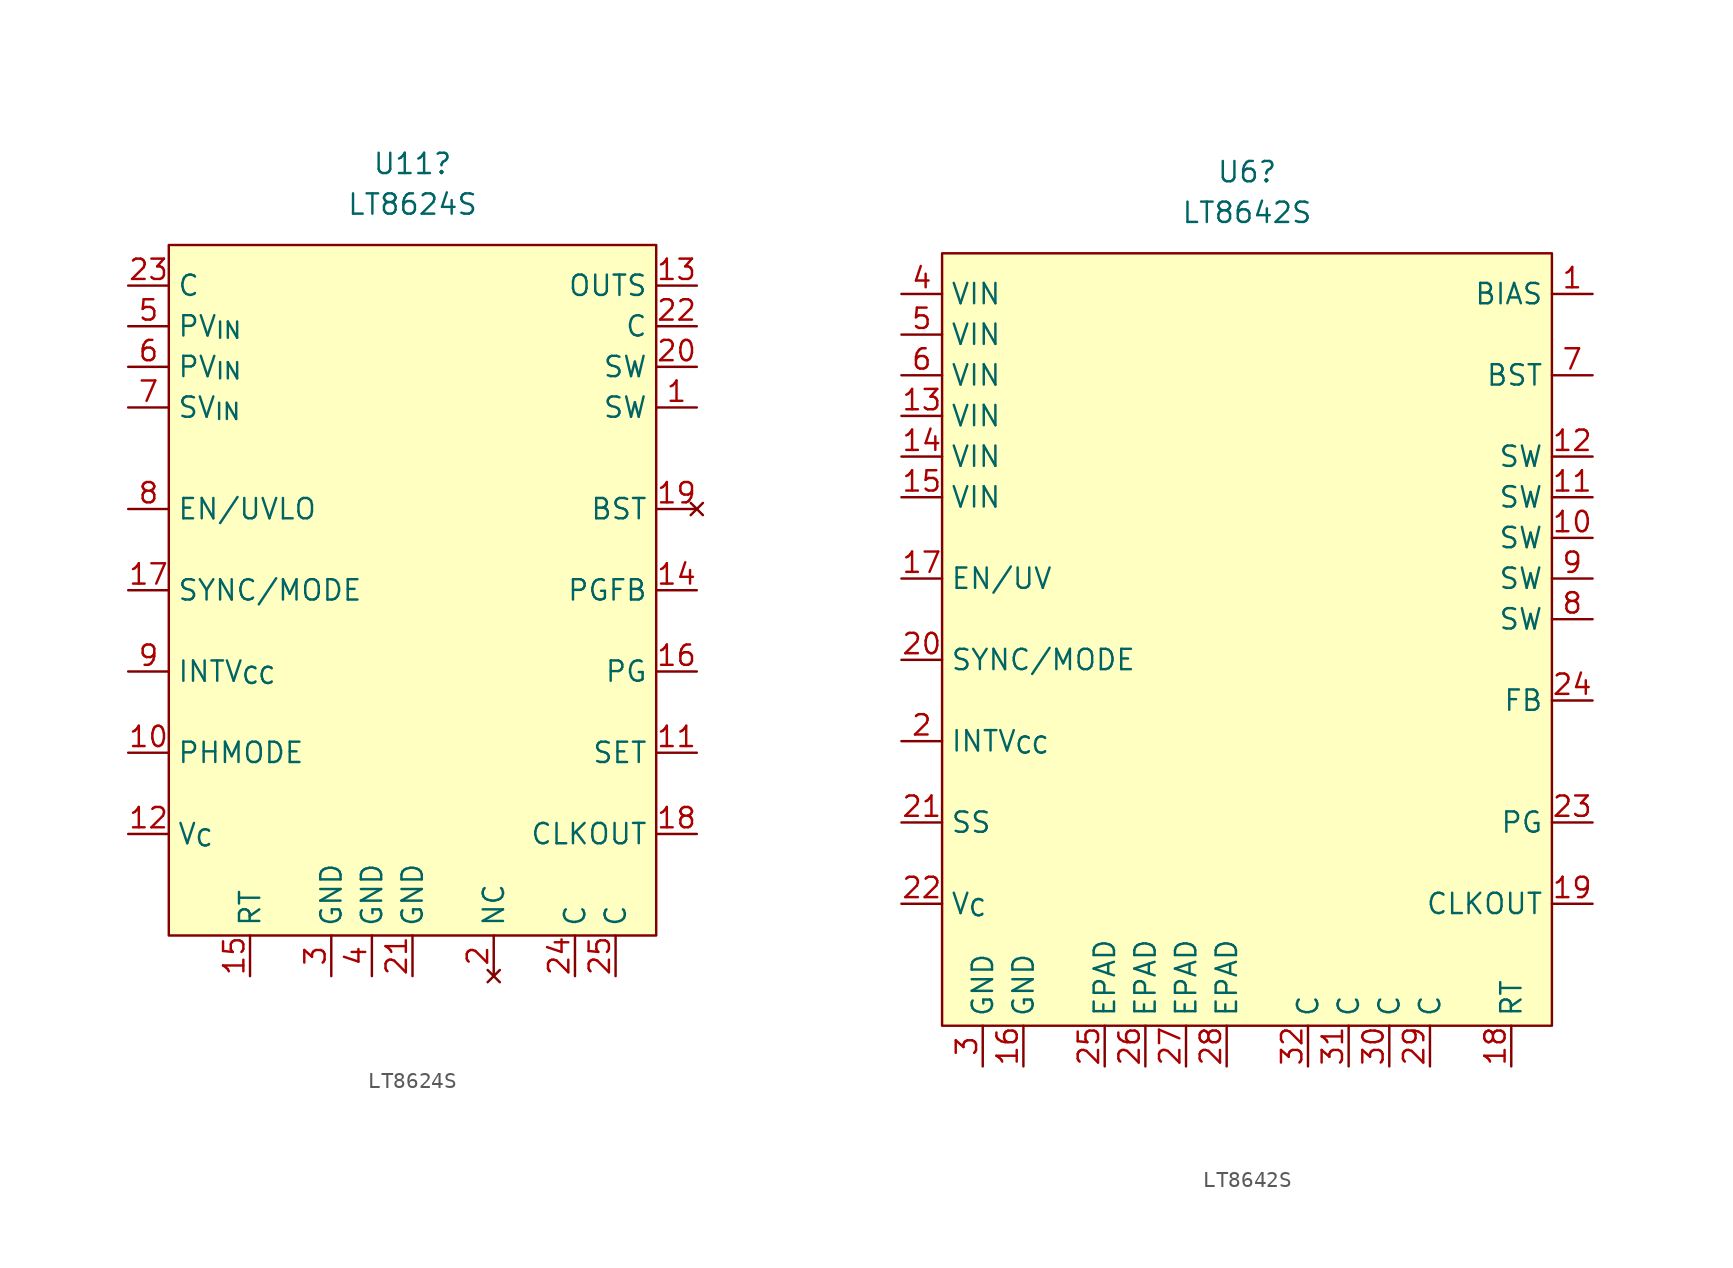
<source format=kicad_sym>
(kicad_symbol_lib
  (version 20241209)
  (generator "kicad_symbol_editor")
  (generator_version "9.0")
  (symbol "LT8624S"
    (property "Reference" "U11"
      (at 0 26.67 0)
      (effects (font (size 1.27 1.27))))
    (property "Value" "LT8624S"
      (at 0 24.13 0)
      (effects (font (size 1.27 1.27))))
    (symbol "LT8624S_1_1"
      (rectangle (start -15.24 21.59) (end 15.24 -21.59) (stroke (width 0) (type default)) (fill (type background)))
      (pin free line (at -17.78 19.05 0) (length 2.54) (name "C" (effects (font (size 1.27 1.27)))) (number "23" (effects (font (size 1.27 1.27)))))
      (pin power_in line (at -17.78 16.51 0) (length 2.54) (name "PV_{IN}" (effects (font (size 1.27 1.27)))) (number "5" (effects (font (size 1.27 1.27)))))
      (pin power_in line (at -17.78 13.97 0) (length 2.54) (name "PV_{IN}" (effects (font (size 1.27 1.27)))) (number "6" (effects (font (size 1.27 1.27)))))
      (pin power_in line (at -17.78 11.43 0) (length 2.54) (name "SV_{IN}" (effects (font (size 1.27 1.27)))) (number "7" (effects (font (size 1.27 1.27)))))
      (pin input line (at -17.78 5.08 0) (length 2.54) (name "EN/UVLO" (effects (font (size 1.27 1.27)))) (number "8" (effects (font (size 1.27 1.27)))))
      (pin input line (at -17.78 0 0) (length 2.54) (name "SYNC/MODE" (effects (font (size 1.27 1.27)))) (number "17" (effects (font (size 1.27 1.27)))))
      (pin passive line (at -17.78 -5.08 0) (length 2.54) (name "INTV_{CC}" (effects (font (size 1.27 1.27)))) (number "9" (effects (font (size 1.27 1.27)))))
      (pin input line (at -17.78 -10.16 0) (length 2.54) (name "PHMODE" (effects (font (size 1.27 1.27)))) (number "10" (effects (font (size 1.27 1.27)))))
      (pin output line (at -17.78 -15.24 0) (length 2.54) (name "V_{C}" (effects (font (size 1.27 1.27)))) (number "12" (effects (font (size 1.27 1.27)))))
      (pin output line (at -10.16 -24.13 90) (length 2.54) (name "RT" (effects (font (size 1.27 1.27)))) (number "15" (effects (font (size 1.27 1.27)))))
      (pin power_in line (at -5.08 -24.13 90) (length 2.54) (name "GND" (effects (font (size 1.27 1.27)))) (number "3" (effects (font (size 1.27 1.27)))))
      (pin power_in line (at -2.54 -24.13 90) (length 2.54) (name "GND" (effects (font (size 1.27 1.27)))) (number "4" (effects (font (size 1.27 1.27)))))
      (pin power_in line (at 0 -24.13 90) (length 2.54) (name "GND" (effects (font (size 1.27 1.27)))) (number "21" (effects (font (size 1.27 1.27)))))
      (pin no_connect line (at 5.08 -24.13 90) (length 2.54) (name "NC" (effects (font (size 1.27 1.27)))) (number "2" (effects (font (size 1.27 1.27)))))
      (pin free line (at 10.16 -24.13 90) (length 2.54) (name "C" (effects (font (size 1.27 1.27)))) (number "24" (effects (font (size 1.27 1.27)))))
      (pin free line (at 12.7 -24.13 90) (length 2.54) (name "C" (effects (font (size 1.27 1.27)))) (number "25" (effects (font (size 1.27 1.27)))))
      (pin input line (at 17.78 19.05 180) (length 2.54) (name "OUTS" (effects (font (size 1.27 1.27)))) (number "13" (effects (font (size 1.27 1.27)))))
      (pin free line (at 17.78 16.51 180) (length 2.54) (name "C" (effects (font (size 1.27 1.27)))) (number "22" (effects (font (size 1.27 1.27)))))
      (pin power_out line (at 17.78 13.97 180) (length 2.54) (name "SW" (effects (font (size 1.27 1.27)))) (number "20" (effects (font (size 1.27 1.27)))))
      (pin power_out line (at 17.78 11.43 180) (length 2.54) (name "SW" (effects (font (size 1.27 1.27)))) (number "1" (effects (font (size 1.27 1.27)))))
      (pin no_connect line (at 17.78 5.08 180) (length 2.54) (name "BST" (effects (font (size 1.27 1.27)))) (number "19" (effects (font (size 1.27 1.27)))))
      (pin input line (at 17.78 0 180) (length 2.54) (name "PGFB" (effects (font (size 1.27 1.27)))) (number "14" (effects (font (size 1.27 1.27)))))
      (pin output line (at 17.78 -5.08 180) (length 2.54) (name "PG" (effects (font (size 1.27 1.27)))) (number "16" (effects (font (size 1.27 1.27)))))
      (pin input line (at 17.78 -10.16 180) (length 2.54) (name "SET" (effects (font (size 1.27 1.27)))) (number "11" (effects (font (size 1.27 1.27)))))
      (pin input line (at 17.78 -15.24 180) (length 2.54) (name "CLKOUT" (effects (font (size 1.27 1.27)))) (number "18" (effects (font (size 1.27 1.27)))))))
  (symbol "LT8642S"
    (property "Reference" "U6"
      (at 0 27.94 0)
      (effects (font (size 1.27 1.27))))
    (property "Value" "LT8642S"
      (at 0 25.4 0)
      (effects (font (size 1.27 1.27))))
    (symbol "LT8642S_1_1"
      (rectangle (start -19.05 22.86) (end 19.05 -25.4) (stroke (width 0) (type default)) (fill (type background)))
      (pin power_in line (at -21.59 20.32 0) (length 2.54) (name "VIN" (effects (font (size 1.27 1.27)))) (number "4" (effects (font (size 1.27 1.27)))))
      (pin power_in line (at -21.59 17.78 0) (length 2.54) (name "VIN" (effects (font (size 1.27 1.27)))) (number "5" (effects (font (size 1.27 1.27)))))
      (pin power_in line (at -21.59 15.24 0) (length 2.54) (name "VIN" (effects (font (size 1.27 1.27)))) (number "6" (effects (font (size 1.27 1.27)))))
      (pin power_in line (at -21.59 12.7 0) (length 2.54) (name "VIN" (effects (font (size 1.27 1.27)))) (number "13" (effects (font (size 1.27 1.27)))))
      (pin power_in line (at -21.59 10.16 0) (length 2.54) (name "VIN" (effects (font (size 1.27 1.27)))) (number "14" (effects (font (size 1.27 1.27)))))
      (pin power_in line (at -21.59 7.62 0) (length 2.54) (name "VIN" (effects (font (size 1.27 1.27)))) (number "15" (effects (font (size 1.27 1.27)))))
      (pin input line (at -21.59 2.54 0) (length 2.54) (name "EN/UV" (effects (font (size 1.27 1.27)))) (number "17" (effects (font (size 1.27 1.27)))))
      (pin input line (at -21.59 -2.54 0) (length 2.54) (name "SYNC/MODE" (effects (font (size 1.27 1.27)))) (number "20" (effects (font (size 1.27 1.27)))))
      (pin free line (at -21.59 -7.62 0) (length 2.54) (name "INTV_{CC}" (effects (font (size 1.27 1.27)))) (number "2" (effects (font (size 1.27 1.27)))))
      (pin output line (at -21.59 -12.7 0) (length 2.54) (name "SS" (effects (font (size 1.27 1.27)))) (number "21" (effects (font (size 1.27 1.27)))))
      (pin output line (at -21.59 -17.78 0) (length 2.54) (name "V_{C}" (effects (font (size 1.27 1.27)))) (number "22" (effects (font (size 1.27 1.27)))))
      (pin power_in line (at -16.51 -27.94 90) (length 2.54) (name "GND" (effects (font (size 1.27 1.27)))) (number "3" (effects (font (size 1.27 1.27)))))
      (pin power_in line (at -13.97 -27.94 90) (length 2.54) (name "GND" (effects (font (size 1.27 1.27)))) (number "16" (effects (font (size 1.27 1.27)))))
      (pin passive line (at -8.89 -27.94 90) (length 2.54) (name "EPAD" (effects (font (size 1.27 1.27)))) (number "25" (effects (font (size 1.27 1.27)))))
      (pin passive line (at -6.35 -27.94 90) (length 2.54) (name "EPAD" (effects (font (size 1.27 1.27)))) (number "26" (effects (font (size 1.27 1.27)))))
      (pin passive line (at -3.81 -27.94 90) (length 2.54) (name "EPAD" (effects (font (size 1.27 1.27)))) (number "27" (effects (font (size 1.27 1.27)))))
      (pin passive line (at -1.27 -27.94 90) (length 2.54) (name "EPAD" (effects (font (size 1.27 1.27)))) (number "28" (effects (font (size 1.27 1.27)))))
      (pin passive line (at 3.81 -27.94 90) (length 2.54) (name "C" (effects (font (size 1.27 1.27)))) (number "32" (effects (font (size 1.27 1.27)))))
      (pin passive line (at 6.35 -27.94 90) (length 2.54) (name "C" (effects (font (size 1.27 1.27)))) (number "31" (effects (font (size 1.27 1.27)))))
      (pin passive line (at 8.89 -27.94 90) (length 2.54) (name "C" (effects (font (size 1.27 1.27)))) (number "30" (effects (font (size 1.27 1.27)))))
      (pin passive line (at 11.43 -27.94 90) (length 2.54) (name "C" (effects (font (size 1.27 1.27)))) (number "29" (effects (font (size 1.27 1.27)))))
      (pin output line (at 16.51 -27.94 90) (length 2.54) (name "RT" (effects (font (size 1.27 1.27)))) (number "18" (effects (font (size 1.27 1.27)))))
      (pin input line (at 21.59 20.32 180) (length 2.54) (name "BIAS" (effects (font (size 1.27 1.27)))) (number "1" (effects (font (size 1.27 1.27)))))
      (pin free line (at 21.59 15.24 180) (length 2.54) (name "BST" (effects (font (size 1.27 1.27)))) (number "7" (effects (font (size 1.27 1.27)))))
      (pin power_out line (at 21.59 10.16 180) (length 2.54) (name "SW" (effects (font (size 1.27 1.27)))) (number "12" (effects (font (size 1.27 1.27)))))
      (pin power_out line (at 21.59 7.62 180) (length 2.54) (name "SW" (effects (font (size 1.27 1.27)))) (number "11" (effects (font (size 1.27 1.27)))))
      (pin power_out line (at 21.59 5.08 180) (length 2.54) (name "SW" (effects (font (size 1.27 1.27)))) (number "10" (effects (font (size 1.27 1.27)))))
      (pin power_out line (at 21.59 2.54 180) (length 2.54) (name "SW" (effects (font (size 1.27 1.27)))) (number "9" (effects (font (size 1.27 1.27)))))
      (pin power_out line (at 21.59 0 180) (length 2.54) (name "SW" (effects (font (size 1.27 1.27)))) (number "8" (effects (font (size 1.27 1.27)))))
      (pin input line (at 21.59 -5.08 180) (length 2.54) (name "FB" (effects (font (size 1.27 1.27)))) (number "24" (effects (font (size 1.27 1.27)))))
      (pin open_collector line (at 21.59 -12.7 180) (length 2.54) (name "PG" (effects (font (size 1.27 1.27)))) (number "23" (effects (font (size 1.27 1.27)))))
      (pin output line (at 21.59 -17.78 180) (length 2.54) (name "CLKOUT" (effects (font (size 1.27 1.27)))) (number "19" (effects (font (size 1.27 1.27))))))))
</source>
